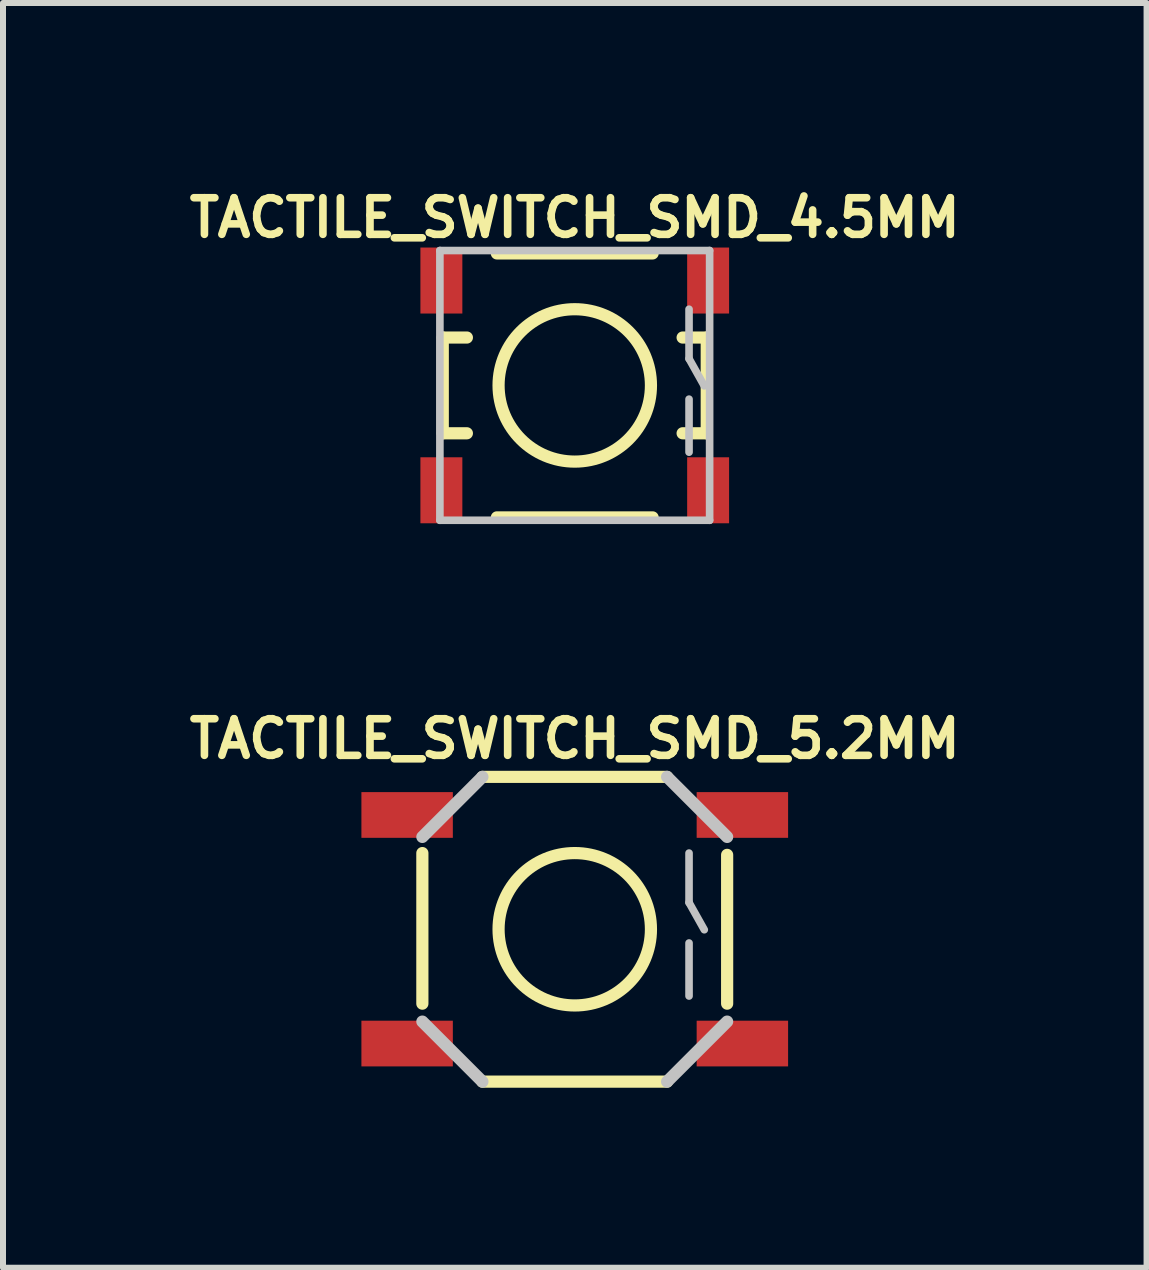
<source format=kicad_pcb>
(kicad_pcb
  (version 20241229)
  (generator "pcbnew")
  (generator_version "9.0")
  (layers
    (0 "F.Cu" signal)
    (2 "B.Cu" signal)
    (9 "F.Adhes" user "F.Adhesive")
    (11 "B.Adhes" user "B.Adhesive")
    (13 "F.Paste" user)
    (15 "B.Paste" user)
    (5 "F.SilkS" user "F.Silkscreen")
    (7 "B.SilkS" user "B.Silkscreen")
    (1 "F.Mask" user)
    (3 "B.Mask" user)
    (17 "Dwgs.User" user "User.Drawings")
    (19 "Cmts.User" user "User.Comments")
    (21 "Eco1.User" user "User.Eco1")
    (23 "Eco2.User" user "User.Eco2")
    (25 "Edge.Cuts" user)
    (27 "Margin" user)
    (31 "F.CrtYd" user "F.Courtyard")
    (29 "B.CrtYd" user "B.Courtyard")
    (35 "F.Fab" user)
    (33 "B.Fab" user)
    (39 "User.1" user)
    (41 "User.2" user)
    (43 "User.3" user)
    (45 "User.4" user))
  (footprint "TACTILE_SWITCH_SMD_5.2MM"
    (layer "F.Cu")
    (at 6.53 12.439)
    (property "Reference" "TACTILE_SWITCH_SMD_5.2MM" (at 0 -3.175 0) (layer "F.SilkS") (effects (font (size 0.61 0.61) (thickness 0.127))))
    (attr smd)
    (fp_line (start -2.54 1.24) (end -2.54 -1.27) (stroke (width 0.203) (type solid)) (layer "F.SilkS"))
    (fp_line (start -1.539 -2.54) (end 1.539 -2.54) (stroke (width 0.203) (type solid)) (layer "F.SilkS"))
    (fp_line (start 1.539 2.54) (end -1.539 2.54) (stroke (width 0.203) (type solid)) (layer "F.SilkS"))
    (fp_line (start 2.54 -1.24) (end 2.54 1.24) (stroke (width 0.203) (type solid)) (layer "F.SilkS"))
    (fp_circle (center 0 0) (end 0 -1.27) (stroke (width 0.203) (type solid)) (fill no) (layer "F.SilkS"))
    (fp_line (start -2.54 -1.539) (end -1.539 -2.54) (stroke (width 0.203) (type solid)) (layer "Dwgs.User"))
    (fp_line (start -1.539 2.54) (end -2.54 1.539) (stroke (width 0.203) (type solid)) (layer "Dwgs.User"))
    (fp_line (start 1.539 -2.54) (end 2.54 -1.539) (stroke (width 0.203) (type solid)) (layer "Dwgs.User"))
    (fp_line (start 1.905 -1.27) (end 1.905 -0.445) (stroke (width 0.127) (type solid)) (layer "Dwgs.User"))
    (fp_line (start 1.905 -0.445) (end 2.159 0.008) (stroke (width 0.127) (type solid)) (layer "Dwgs.User"))
    (fp_line (start 1.905 0.229) (end 1.905 1.113) (stroke (width 0.127) (type solid)) (layer "Dwgs.User"))
    (fp_line (start 2.54 1.539) (end 1.539 2.54) (stroke (width 0.203) (type solid)) (layer "Dwgs.User"))
    (pad "1" smd rect (at -2.794 -1.905 90) (size 0.762 1.524) (layers "F.Cu" "F.Mask" "F.Paste"))
    (pad "2" smd rect (at 2.794 -1.905 90) (size 0.762 1.524) (layers "F.Cu" "F.Mask" "F.Paste"))
    (pad "3" smd rect (at -2.794 1.905 90) (size 0.762 1.524) (layers "F.Cu" "F.Mask" "F.Paste"))
    (pad "4" smd rect (at 2.794 1.905 90) (size 0.762 1.524) (layers "F.Cu" "F.Mask" "F.Paste")))
  (footprint "TACTILE_SWITCH_SMD_4.5MM"
    (layer "F.Cu")
    (at 6.53 3.374)
    (property "Reference" "TACTILE_SWITCH_SMD_4.5MM" (at 0 -2.794 0) (layer "F.SilkS") (effects (font (size 0.61 0.61) (thickness 0.127))))
    (attr smd)
    (fp_line (start -2.2 -0.798) (end -2.2 0.798) (stroke (width 0.203) (type solid)) (layer "F.SilkS"))
    (fp_line (start -1.798 -0.798) (end -2.2 -0.798) (stroke (width 0.203) (type solid)) (layer "F.SilkS"))
    (fp_line (start -1.798 0.798) (end -2.2 0.798) (stroke (width 0.203) (type solid)) (layer "F.SilkS"))
    (fp_line (start -1.298 2.2) (end 1.298 2.2) (stroke (width 0.203) (type solid)) (layer "F.SilkS"))
    (fp_line (start 1.298 -2.2) (end -1.298 -2.2) (stroke (width 0.203) (type solid)) (layer "F.SilkS"))
    (fp_line (start 2.2 -0.798) (end 1.798 -0.798) (stroke (width 0.203) (type solid)) (layer "F.SilkS"))
    (fp_line (start 2.2 0.798) (end 1.798 0.798) (stroke (width 0.203) (type solid)) (layer "F.SilkS"))
    (fp_line (start 2.2 0.798) (end 2.2 -0.798) (stroke (width 0.203) (type solid)) (layer "F.SilkS"))
    (fp_circle (center 0 0) (end 0 -1.27) (stroke (width 0.203) (type solid)) (fill no) (layer "F.SilkS"))
    (fp_line (start -2.248 -2.248) (end 2.248 -2.248) (stroke (width 0.127) (type solid)) (layer "Dwgs.User"))
    (fp_line (start -2.248 2.248) (end -2.248 -2.248) (stroke (width 0.127) (type solid)) (layer "Dwgs.User"))
    (fp_line (start 1.905 -1.27) (end 1.905 -0.445) (stroke (width 0.127) (type solid)) (layer "Dwgs.User"))
    (fp_line (start 1.905 -0.445) (end 2.159 0.008) (stroke (width 0.127) (type solid)) (layer "Dwgs.User"))
    (fp_line (start 1.905 0.229) (end 1.905 1.113) (stroke (width 0.127) (type solid)) (layer "Dwgs.User"))
    (fp_line (start 2.248 -2.248) (end 2.248 2.248) (stroke (width 0.127) (type solid)) (layer "Dwgs.User"))
    (fp_line (start 2.248 2.248) (end -2.248 2.248) (stroke (width 0.127) (type solid)) (layer "Dwgs.User"))
    (pad "1" smd rect (at 2.223 -1.748 90) (size 1.1 0.699) (layers "F.Cu" "F.Mask" "F.Paste"))
    (pad "2" smd rect (at 2.223 1.748 90) (size 1.1 0.699) (layers "F.Cu" "F.Mask" "F.Paste"))
    (pad "3" smd rect (at -2.223 1.748 90) (size 1.1 0.699) (layers "F.Cu" "F.Mask" "F.Paste"))
    (pad "4" smd rect (at -2.223 -1.748 90) (size 1.1 0.699) (layers "F.Cu" "F.Mask" "F.Paste")))
  (gr_rect
    (start -3 -3)
    (end 16.061 18.081)
    (stroke (width 0.1) (type default))
    (fill no)
    (layer "Edge.Cuts")))
</source>
